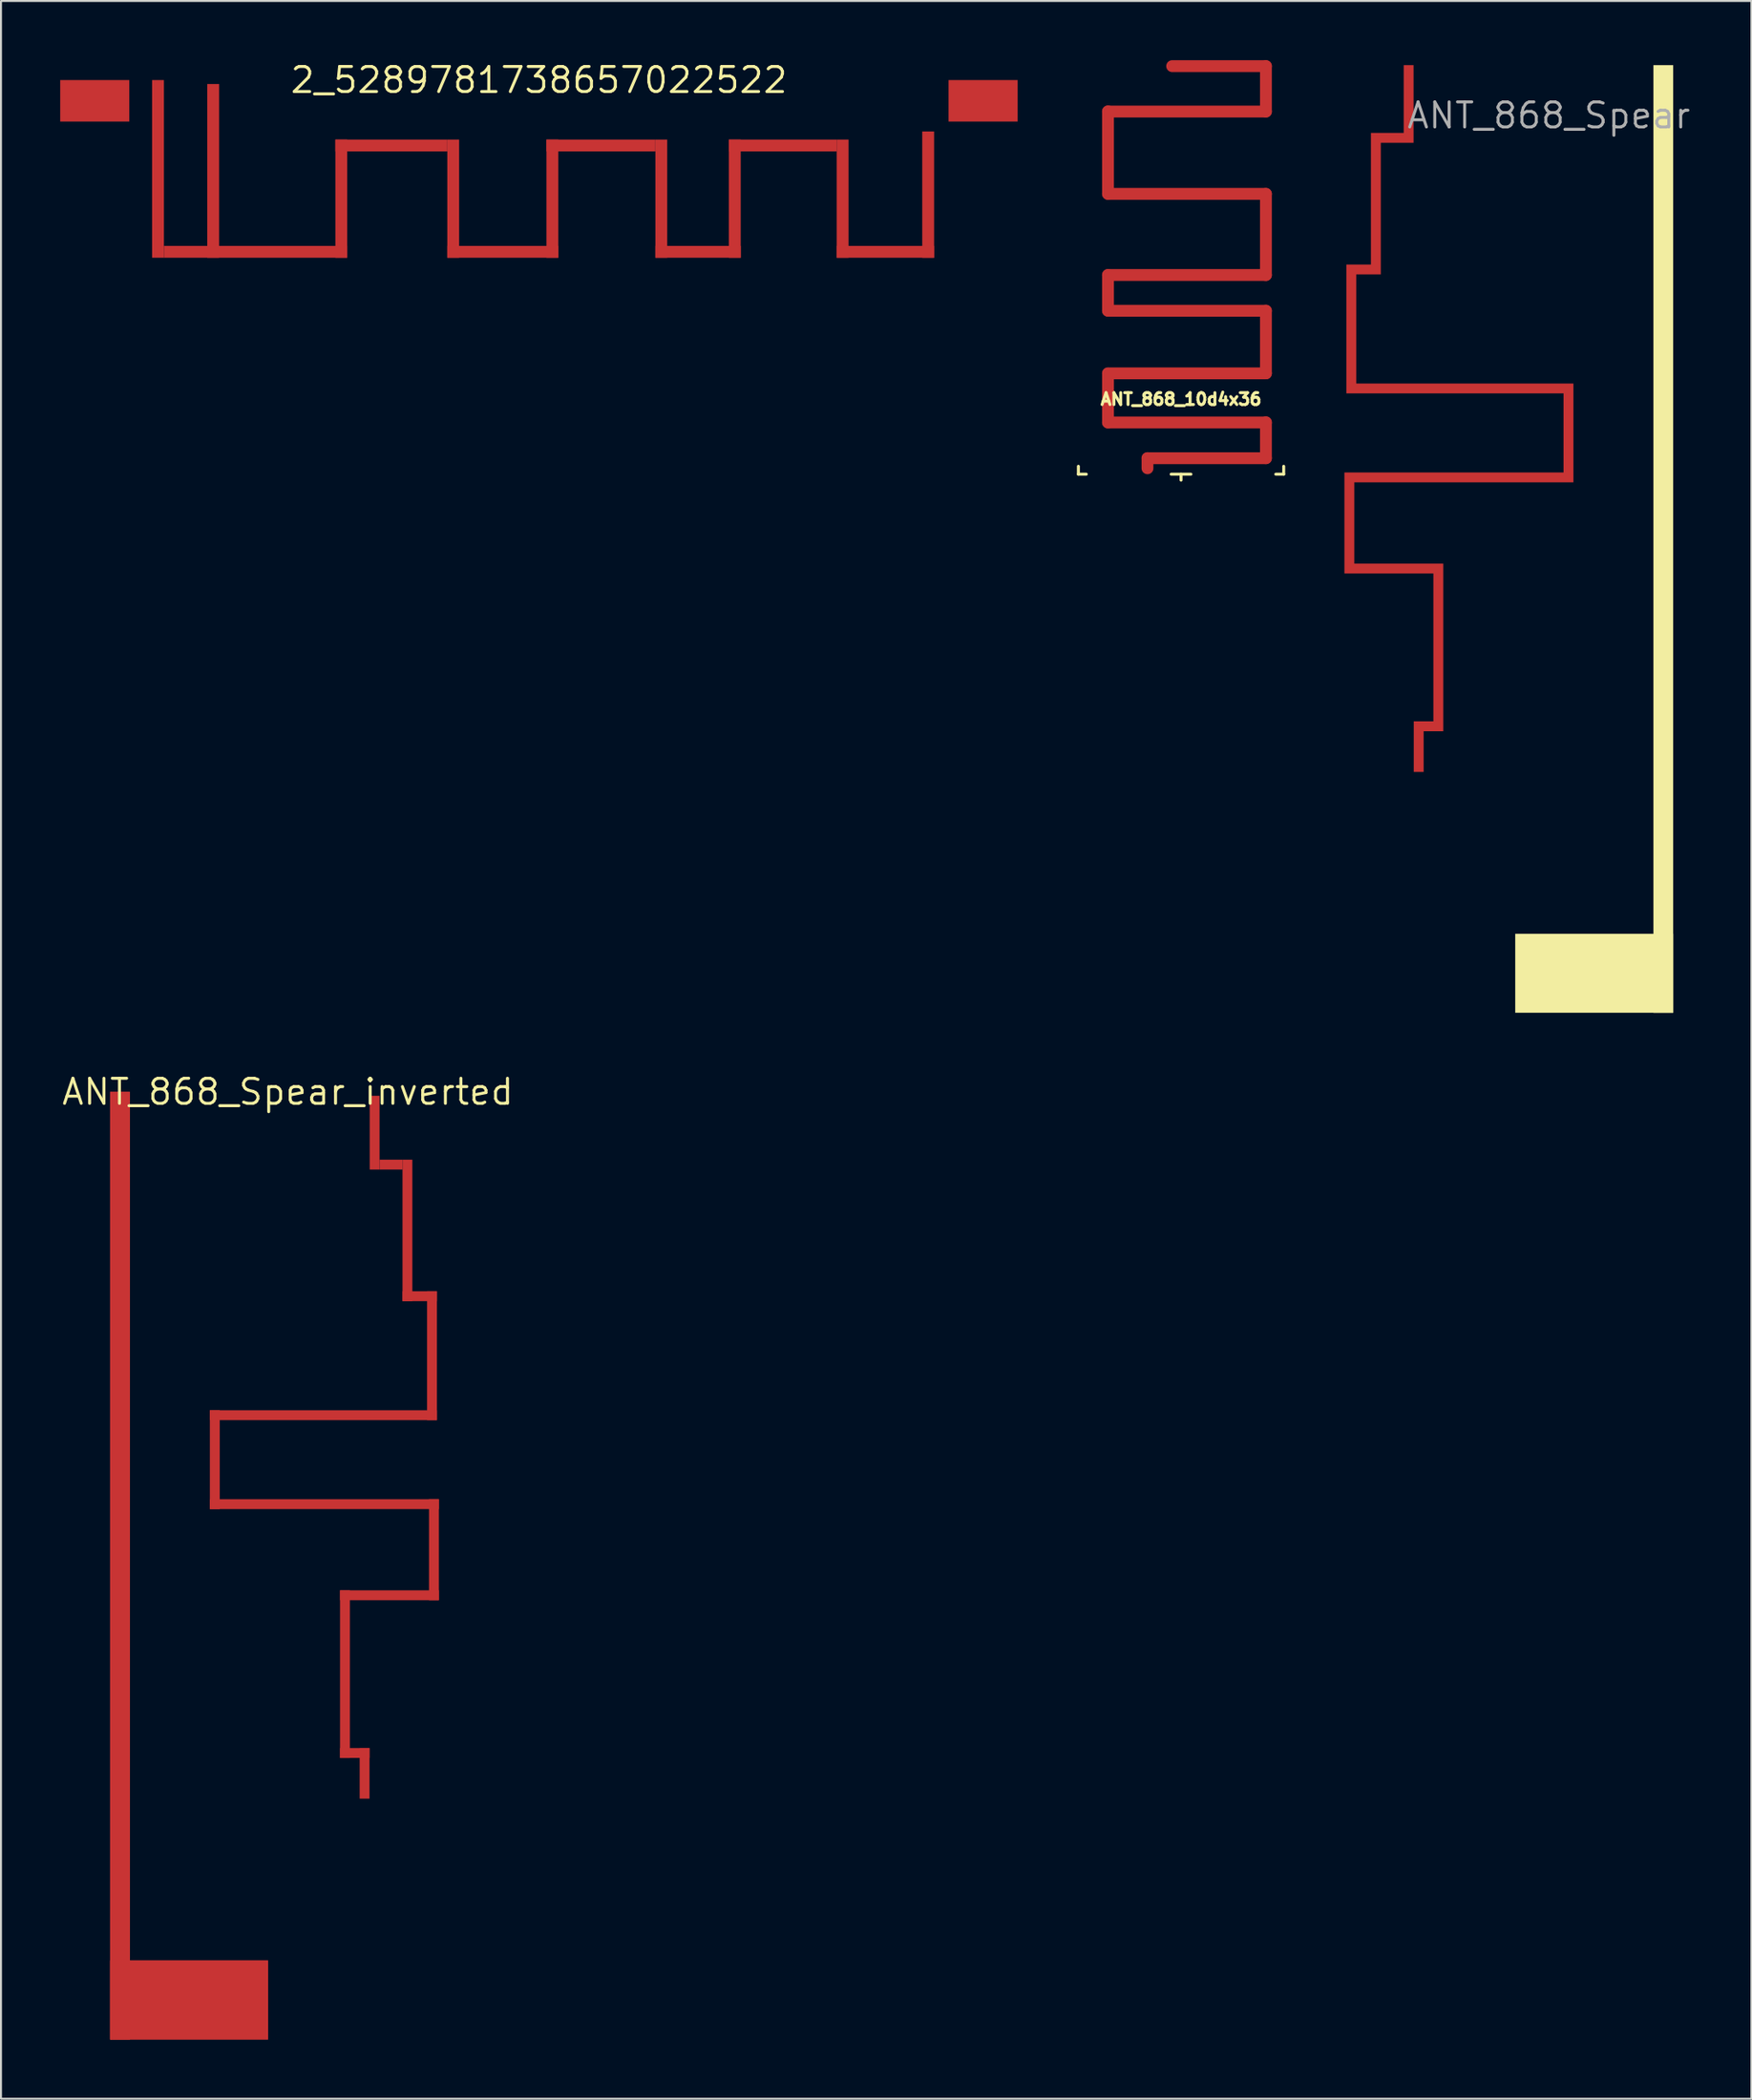
<source format=kicad_pcb>
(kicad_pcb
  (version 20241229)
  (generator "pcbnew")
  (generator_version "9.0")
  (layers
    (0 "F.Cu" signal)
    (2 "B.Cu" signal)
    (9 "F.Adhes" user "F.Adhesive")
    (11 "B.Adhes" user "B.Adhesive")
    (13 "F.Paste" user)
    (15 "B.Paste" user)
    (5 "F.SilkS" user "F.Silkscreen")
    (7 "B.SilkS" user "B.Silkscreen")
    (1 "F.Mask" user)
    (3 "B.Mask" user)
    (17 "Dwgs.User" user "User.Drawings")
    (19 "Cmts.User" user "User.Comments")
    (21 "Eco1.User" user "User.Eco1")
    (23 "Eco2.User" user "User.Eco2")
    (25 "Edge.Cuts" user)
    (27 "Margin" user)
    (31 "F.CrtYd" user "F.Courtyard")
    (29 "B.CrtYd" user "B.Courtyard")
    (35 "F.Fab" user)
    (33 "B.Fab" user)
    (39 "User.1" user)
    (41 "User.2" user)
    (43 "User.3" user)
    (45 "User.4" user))
  (footprint "ANT_868_Spear"
    (layer "F.Cu")
    (at 72.705 0.25)
    (property "Reference" "ANT_868_Spear" (at 2.7 2.55 0) (layer "F.Fab") (effects (font (size 1.27 1.27) (thickness 0.15))))
    (attr through_hole)
    (fp_poly (pts (xy 9 0) (xy 8 0) (xy 8 48) (xy 9 48)) (stroke (width 0.001) (type solid)) (fill yes) (layer "F.SilkS"))
    (fp_poly (pts (xy 9 48) (xy 1 48) (xy 1 44) (xy 9 44)) (stroke (width 0.001) (type solid)) (fill yes) (layer "F.SilkS"))
    (pad "1" smd custom (at -4.4 0.25) (size 0.5 0.5) (layers "F.Cu") (options (anchor rect)) (primitives (gr_poly (pts (xy 1.753 24.999) (xy 1.253 24.999) (xy 1.253 33.489) (xy 1.753 33.489)) (width 0.001) (fill yes)) (gr_poly (pts (xy 8.346 15.877) (xy 7.846 15.877) (xy 7.846 20.883) (xy 8.346 20.883)) (width 0.001) (fill yes)) (gr_poly (pts (xy 0.259 32.989) (xy 0.759 32.989) (xy 0.759 35.551) (xy 0.259 35.551)) (width 0.001) (fill yes)) (gr_poly (pts (xy -3.155 16.377) (xy 8.346 16.377) (xy 8.346 15.877) (xy -3.155 15.877)) (width 0.001) (fill yes)) (gr_poly (pts (xy -1.411 10.35) (xy -3.155 10.35) (xy -3.155 9.85) (xy -1.411 9.85)) (width 0.001) (fill yes)) (gr_poly (pts (xy -1.411 3.184) (xy -1.911 3.184) (xy -1.911 10.35) (xy -1.411 10.35)) (width 0.001) (fill yes)) (gr_poly (pts (xy 1.753 33.489) (xy 0.259 33.489) (xy 0.259 32.989) (xy 1.753 32.989)) (width 0.001) (fill yes)) (gr_poly (pts (xy -3.155 9.85) (xy -2.655 9.85) (xy -2.655 16.377) (xy -3.155 16.377)) (width 0.001) (fill yes)) (gr_poly (pts (xy 8.346 20.883) (xy -3.253 20.883) (xy -3.253 20.383) (xy 8.346 20.383)) (width 0.001) (fill yes)) (gr_poly (pts (xy -3.253 25.499) (xy 1.753 25.499) (xy 1.753 24.999) (xy -3.253 24.999)) (width 0.001) (fill yes)) (gr_poly (pts (xy -0.25 3.684) (xy -1.411 3.684) (xy -1.411 3.184) (xy -0.25 3.184)) (width 0.001) (fill yes)) (gr_poly (pts (xy 0.25 -0.05) (xy -0.25 -0.05) (xy -0.25 3.684) (xy 0.25 3.684)) (width 0.001) (fill yes)) (gr_poly (pts (xy -3.253 20.383) (xy -2.753 20.383) (xy -2.753 25.499) (xy -3.253 25.499)) (width 0.001) (fill yes)))))
  (footprint "ANT_868_10d4x36"
    (layer "F.Cu")
    (at 56.776 20.97)
    (property "Reference" "ANT_868_10d4x36" (at 0 -3.8 0) (layer "F.SilkS") (effects (font (size 0.6 0.6) (thickness 0.15))))
    (attr through_hole)
    (fp_line (start -5.2 0) (end -5.2 -0.4) (stroke (width 0.15) (type solid)) (layer "F.SilkS"))
    (fp_line (start -5.2 0) (end -4.8 0) (stroke (width 0.15) (type solid)) (layer "F.SilkS"))
    (fp_line (start -0.5 0) (end 0.5 0) (stroke (width 0.15) (type solid)) (layer "F.SilkS"))
    (fp_line (start 0 0) (end 0 0.3) (stroke (width 0.15) (type solid)) (layer "F.SilkS"))
    (fp_line (start 5.2 0) (end 4.8 0) (stroke (width 0.15) (type solid)) (layer "F.SilkS"))
    (fp_line (start 5.2 0) (end 5.2 -0.4) (stroke (width 0.15) (type solid)) (layer "F.SilkS"))
    (pad "1" smd oval (at -3.7 -16.29) (size 0.6 4.78) (layers "F.Cu"))
    (pad "1" smd oval (at -3.7 -9.185) (size 0.6 2.41) (layers "F.Cu"))
    (pad "1" smd oval (at -3.7 -3.86) (size 0.6 3.08) (layers "F.Cu"))
    (pad "1" smd oval (at -1.7 -0.555) (size 0.6 1.11) (layers "F.Cu"))
    (pad "1" smd oval (at 0.3 -18.37) (size 8.6 0.6) (layers "F.Cu"))
    (pad "1" smd oval (at 0.3 -14.2) (size 8.6 0.6) (layers "F.Cu"))
    (pad "1" smd oval (at 0.3 -10.09) (size 8.6 0.6) (layers "F.Cu"))
    (pad "1" smd oval (at 0.3 -8.28) (size 8.6 0.6) (layers "F.Cu"))
    (pad "1" smd oval (at 0.3 -5.11) (size 8.6 0.6) (layers "F.Cu"))
    (pad "1" smd oval (at 0.3 -2.62) (size 8.6 0.6) (layers "F.Cu"))
    (pad "1" smd oval (at 1.3 -0.81) (size 6.6 0.6) (layers "F.Cu"))
    (pad "1" smd oval (at 1.925 -20.67) (size 5.35 0.6) (layers "F.Cu"))
    (pad "1" smd oval (at 4.3 -19.52) (size 0.6 2.9) (layers "F.Cu"))
    (pad "1" smd oval (at 4.3 -12.145) (size 0.6 4.71) (layers "F.Cu"))
    (pad "1" smd oval (at 4.3 -6.695) (size 0.6 3.77) (layers "F.Cu"))
    (pad "1" smd oval (at 4.3 -1.72) (size 0.6 2.42) (layers "F.Cu")))
  (footprint "2_5289781738657022522"
    (layer "F.Cu")
    (at 24.25 1.006)
    (property "Reference" "2_5289781738657022522" (at 0 0 0) (layer "F.SilkS") (effects (font (size 1.27 1.27) (thickness 0.15))))
    (attr through_hole)
    (fp_poly (pts (xy -24.25 2.1) (xy -20.75 2.1) (xy -20.75 0) (xy -24.25 0)) (stroke (width 0.001) (type solid)) (fill yes) (layer "F.Cu"))
    (fp_poly (pts (xy -18.996 0) (xy -19.596 0) (xy -19.596 9) (xy -18.996 9)) (stroke (width 0.001) (type solid)) (fill yes) (layer "F.Cu"))
    (fp_poly (pts (xy -16.8 9) (xy -18.996 9) (xy -18.996 8.4) (xy -16.8 8.4)) (stroke (width 0.001) (type solid)) (fill yes) (layer "F.Cu"))
    (fp_poly (pts (xy -16.8 9) (xy -9.712 9) (xy -9.712 8.4) (xy -16.8 8.4)) (stroke (width 0.001) (type solid)) (fill yes) (layer "F.Cu"))
    (fp_poly (pts (xy -16.2 0.2) (xy -16.8 0.2) (xy -16.8 9) (xy -16.2 9)) (stroke (width 0.001) (type solid)) (fill yes) (layer "F.Cu"))
    (fp_poly (pts (xy -10.312 3.014) (xy -4.642 3.014) (xy -4.642 3.614) (xy -10.312 3.614)) (stroke (width 0.001) (type solid)) (fill yes) (layer "F.Cu"))
    (fp_poly (pts (xy -10.312 9) (xy -9.712 9) (xy -9.712 3.014) (xy -10.312 3.014)) (stroke (width 0.001) (type solid)) (fill yes) (layer "F.Cu"))
    (fp_poly (pts (xy -4.642 9) (xy -4.042 9) (xy -4.042 3.014) (xy -4.642 3.014)) (stroke (width 0.001) (type solid)) (fill yes) (layer "F.Cu"))
    (fp_poly (pts (xy -4.642 9) (xy 0.98 9) (xy 0.98 8.4) (xy -4.642 8.4)) (stroke (width 0.001) (type solid)) (fill yes) (layer "F.Cu"))
    (fp_poly (pts (xy 0.38 3.014) (xy 5.899 3.014) (xy 5.899 3.614) (xy 0.38 3.614)) (stroke (width 0.001) (type solid)) (fill yes) (layer "F.Cu"))
    (fp_poly (pts (xy 0.38 9) (xy 0.98 9) (xy 0.98 3.014) (xy 0.38 3.014)) (stroke (width 0.001) (type solid)) (fill yes) (layer "F.Cu"))
    (fp_poly (pts (xy 5.899 9) (xy 6.499 9) (xy 6.499 3.014) (xy 5.899 3.014)) (stroke (width 0.001) (type solid)) (fill yes) (layer "F.Cu"))
    (fp_poly (pts (xy 5.899 9) (xy 10.221 9) (xy 10.221 8.4) (xy 5.899 8.4)) (stroke (width 0.001) (type solid)) (fill yes) (layer "F.Cu"))
    (fp_poly (pts (xy 9.621 3.014) (xy 15.084 3.014) (xy 15.084 3.614) (xy 9.621 3.614)) (stroke (width 0.001) (type solid)) (fill yes) (layer "F.Cu"))
    (fp_poly (pts (xy 9.621 9) (xy 10.221 9) (xy 10.221 3.014) (xy 9.621 3.014)) (stroke (width 0.001) (type solid)) (fill yes) (layer "F.Cu"))
    (fp_poly (pts (xy 15.084 9) (xy 15.684 9) (xy 15.684 3.014) (xy 15.084 3.014)) (stroke (width 0.001) (type solid)) (fill yes) (layer "F.Cu"))
    (fp_poly (pts (xy 15.084 9) (xy 20.017 9) (xy 20.017 8.4) (xy 15.084 8.4)) (stroke (width 0.001) (type solid)) (fill yes) (layer "F.Cu"))
    (fp_poly (pts (xy 19.417 9) (xy 20.017 9) (xy 20.017 2.603) (xy 19.417 2.603)) (stroke (width 0.001) (type solid)) (fill yes) (layer "F.Cu"))
    (fp_poly (pts (xy 24.25 2.1) (xy 20.75 2.1) (xy 20.75 0) (xy 24.25 0)) (stroke (width 0.001) (type solid)) (fill yes) (layer "F.Cu")))
  (footprint "ANT_868_Spear_inverted"
    (layer "F.Cu")
    (at 11.528 52.257)
    (property "Reference" "ANT_868_Spear_inverted" (at 0 0 0) (layer "F.SilkS") (effects (font (size 1.27 1.27) (thickness 0.15))))
    (attr through_hole)
    (fp_poly (pts (xy -9 0) (xy -8 0) (xy -8 48) (xy -9 48)) (stroke (width 0.001) (type solid)) (fill yes) (layer "F.Cu"))
    (fp_poly (pts (xy -9 0) (xy -8 0) (xy -8 48) (xy -9 48)) (stroke (width 0.001) (type solid)) (fill yes) (layer "F.Cu"))
    (fp_poly (pts (xy -9 48) (xy -1 48) (xy -1 44) (xy -9 44)) (stroke (width 0.001) (type solid)) (fill yes) (layer "F.Cu"))
    (fp_poly (pts (xy -9 48) (xy -1 48) (xy -1 44) (xy -9 44)) (stroke (width 0.001) (type solid)) (fill yes) (layer "F.Cu"))
    (fp_poly (pts (xy -3.946 16.127) (xy -3.446 16.127) (xy -3.446 21.133) (xy -3.946 21.133)) (stroke (width 0.001) (type solid)) (fill yes) (layer "F.Cu"))
    (fp_poly (pts (xy -3.946 21.133) (xy 7.653 21.133) (xy 7.653 20.633) (xy -3.946 20.633)) (stroke (width 0.001) (type solid)) (fill yes) (layer "F.Cu"))
    (fp_poly (pts (xy 2.647 25.249) (xy 3.147 25.249) (xy 3.147 33.739) (xy 2.647 33.739)) (stroke (width 0.001) (type solid)) (fill yes) (layer "F.Cu"))
    (fp_poly (pts (xy 2.647 33.739) (xy 4.141 33.739) (xy 4.141 33.239) (xy 2.647 33.239)) (stroke (width 0.001) (type solid)) (fill yes) (layer "F.Cu"))
    (fp_poly (pts (xy 4.141 33.239) (xy 3.641 33.239) (xy 3.641 35.801) (xy 4.141 35.801)) (stroke (width 0.001) (type solid)) (fill yes) (layer "F.Cu"))
    (fp_poly (pts (xy 4.15 0.2) (xy 4.65 0.2) (xy 4.65 3.934) (xy 4.15 3.934)) (stroke (width 0.001) (type solid)) (fill yes) (layer "F.Cu"))
    (fp_poly (pts (xy 4.65 3.934) (xy 5.811 3.934) (xy 5.811 3.434) (xy 4.65 3.434)) (stroke (width 0.001) (type solid)) (fill yes) (layer "F.Cu"))
    (fp_poly (pts (xy 5.811 3.434) (xy 6.311 3.434) (xy 6.311 10.6) (xy 5.811 10.6)) (stroke (width 0.001) (type solid)) (fill yes) (layer "F.Cu"))
    (fp_poly (pts (xy 5.811 10.6) (xy 7.555 10.6) (xy 7.555 10.1) (xy 5.811 10.1)) (stroke (width 0.001) (type solid)) (fill yes) (layer "F.Cu"))
    (fp_poly (pts (xy 7.555 10.1) (xy 7.055 10.1) (xy 7.055 16.627) (xy 7.555 16.627)) (stroke (width 0.001) (type solid)) (fill yes) (layer "F.Cu"))
    (fp_poly (pts (xy 7.555 16.627) (xy -3.946 16.627) (xy -3.946 16.127) (xy 7.555 16.127)) (stroke (width 0.001) (type solid)) (fill yes) (layer "F.Cu"))
    (fp_poly (pts (xy 7.653 20.633) (xy 7.153 20.633) (xy 7.153 25.749) (xy 7.653 25.749)) (stroke (width 0.001) (type solid)) (fill yes) (layer "F.Cu"))
    (fp_poly (pts (xy 7.653 25.749) (xy 2.647 25.749) (xy 2.647 25.249) (xy 7.653 25.249)) (stroke (width 0.001) (type solid)) (fill yes) (layer "F.Cu")))
  (gr_rect
    (start -3 -3)
    (end 85.669 103.257)
    (stroke (width 0.1) (type default))
    (fill no)
    (layer "Edge.Cuts")))
</source>
